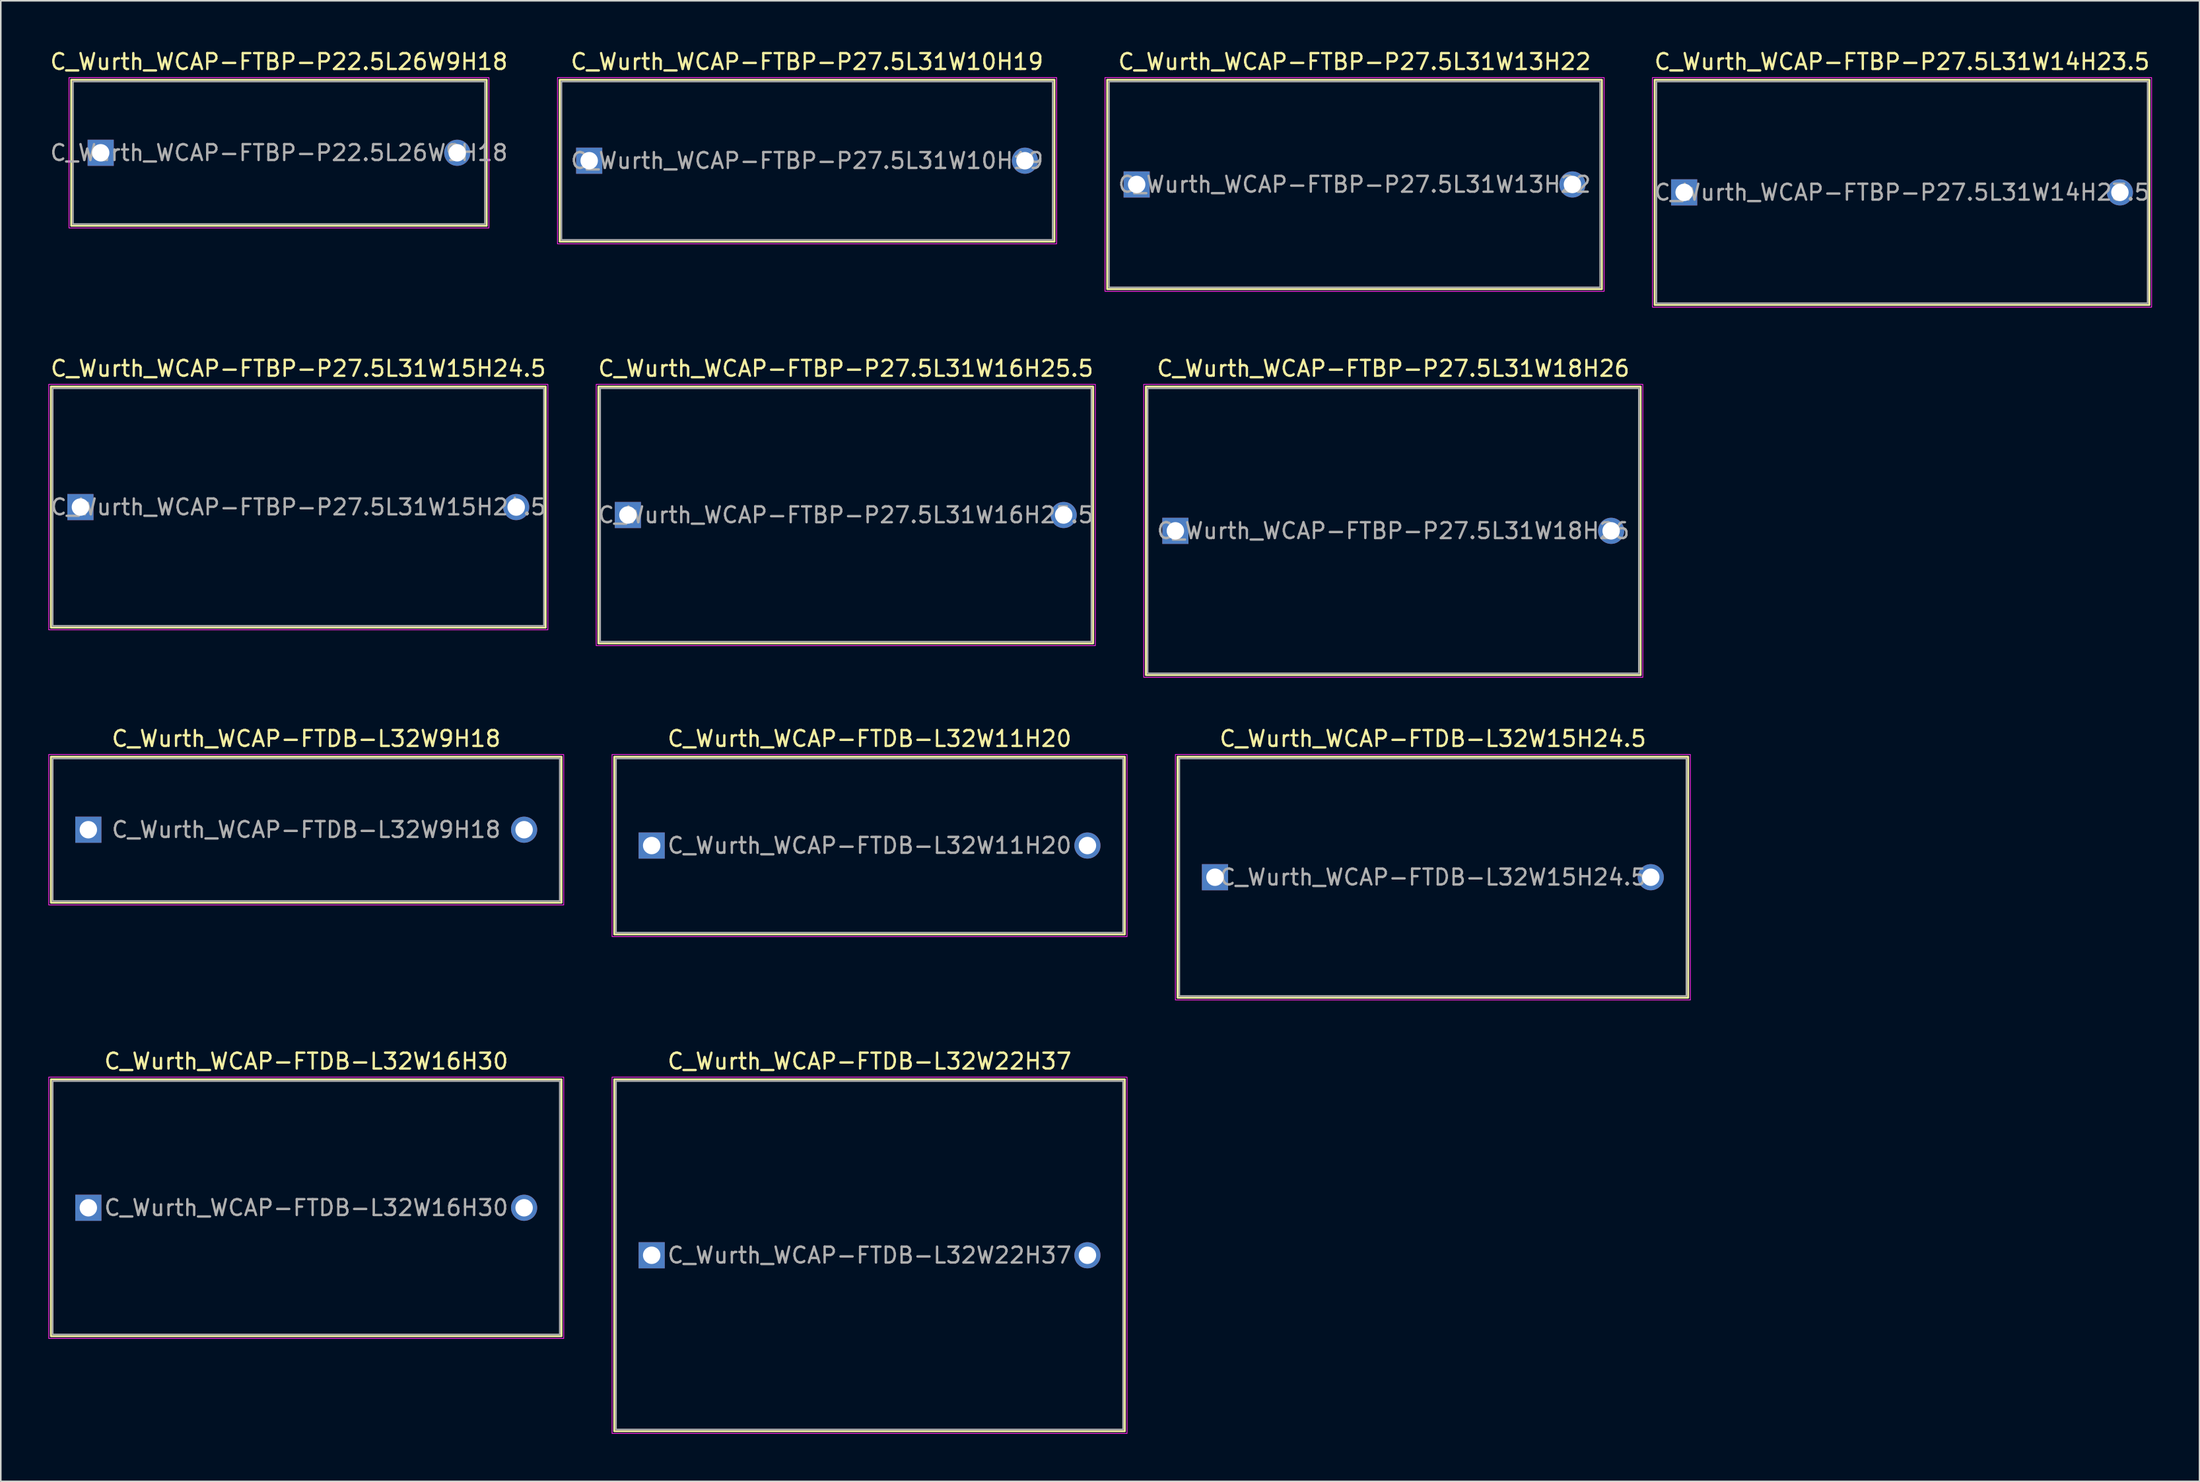
<source format=kicad_pcb>
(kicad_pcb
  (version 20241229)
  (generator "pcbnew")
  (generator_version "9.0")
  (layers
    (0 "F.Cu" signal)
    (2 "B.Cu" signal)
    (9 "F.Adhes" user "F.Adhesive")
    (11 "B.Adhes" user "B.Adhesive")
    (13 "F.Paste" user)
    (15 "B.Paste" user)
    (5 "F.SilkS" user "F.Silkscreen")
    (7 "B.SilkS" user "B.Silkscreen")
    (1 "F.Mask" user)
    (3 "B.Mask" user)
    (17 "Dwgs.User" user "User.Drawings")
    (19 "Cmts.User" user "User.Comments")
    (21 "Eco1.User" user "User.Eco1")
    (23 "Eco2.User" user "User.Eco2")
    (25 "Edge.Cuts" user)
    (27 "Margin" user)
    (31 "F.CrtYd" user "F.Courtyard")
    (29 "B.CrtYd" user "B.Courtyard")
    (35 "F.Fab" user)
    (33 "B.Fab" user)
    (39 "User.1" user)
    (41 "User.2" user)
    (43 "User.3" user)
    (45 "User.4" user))
  (footprint "C_Wurth_WCAP-FTDB-L32W15H24.5"
    (layer "F.Cu")
    (at 73.625 52.345)
    (property "Reference" "C_Wurth_WCAP-FTDB-L32W15H24.5" (at 13.75 -8.75 0) (unlocked yes) (layer "F.SilkS") (effects (font (size 1 1) (thickness 0.15))))
    (attr through_hole)
    (fp_rect (start -2.36 -7.61) (end 29.86 7.61) (stroke (width 0.12) (type solid)) (fill no) (layer "F.SilkS"))
    (fp_rect (start -2.5 -7.75) (end 30 7.75) (stroke (width 0.05) (type solid)) (fill no) (layer "F.CrtYd"))
    (fp_rect (start -2.25 -7.5) (end 29.75 7.5) (stroke (width 0.1) (type solid)) (fill no) (layer "F.Fab"))
    (fp_text user "${REFERENCE}" (at 13.75 0 0) (unlocked yes) (layer "F.Fab") (effects (font (size 1 1) (thickness 0.15))))
    (pad "1" thru_hole rect (at 0 0) (size 1.65 1.65) (drill 1.1) (layers "*.Cu" "*.Mask"))
    (pad "2" thru_hole circle (at 27.5 0) (size 1.65 1.65) (drill 1.1) (layers "*.Cu" "*.Mask")))
  (footprint "C_Wurth_WCAP-FTDB-L32W16H30"
    (layer "F.Cu")
    (at 2.525 73.218)
    (property "Reference" "C_Wurth_WCAP-FTDB-L32W16H30" (at 13.75 -9.25 0) (unlocked yes) (layer "F.SilkS") (effects (font (size 1 1) (thickness 0.15))))
    (attr through_hole)
    (fp_rect (start -2.36 -8.11) (end 29.86 8.11) (stroke (width 0.12) (type solid)) (fill no) (layer "F.SilkS"))
    (fp_rect (start -2.5 -8.25) (end 30 8.25) (stroke (width 0.05) (type solid)) (fill no) (layer "F.CrtYd"))
    (fp_rect (start -2.25 -8) (end 29.75 8) (stroke (width 0.1) (type solid)) (fill no) (layer "F.Fab"))
    (fp_text user "${REFERENCE}" (at 13.75 0 0) (unlocked yes) (layer "F.Fab") (effects (font (size 1 1) (thickness 0.15))))
    (pad "1" thru_hole rect (at 0 0) (size 1.65 1.65) (drill 1.1) (layers "*.Cu" "*.Mask"))
    (pad "2" thru_hole circle (at 27.5 0) (size 1.65 1.65) (drill 1.1) (layers "*.Cu" "*.Mask")))
  (footprint "C_Wurth_WCAP-FTDB-L32W22H37"
    (layer "F.Cu")
    (at 38.075 76.218)
    (property "Reference" "C_Wurth_WCAP-FTDB-L32W22H37" (at 13.75 -12.25 0) (unlocked yes) (layer "F.SilkS") (effects (font (size 1 1) (thickness 0.15))))
    (attr through_hole)
    (fp_rect (start -2.36 -11.11) (end 29.86 11.11) (stroke (width 0.12) (type solid)) (fill no) (layer "F.SilkS"))
    (fp_rect (start -2.5 -11.25) (end 30 11.25) (stroke (width 0.05) (type solid)) (fill no) (layer "F.CrtYd"))
    (fp_rect (start -2.25 -11) (end 29.75 11) (stroke (width 0.1) (type solid)) (fill no) (layer "F.Fab"))
    (fp_text user "${REFERENCE}" (at 13.75 0 0) (unlocked yes) (layer "F.Fab") (effects (font (size 1 1) (thickness 0.15))))
    (pad "1" thru_hole rect (at 0 0) (size 1.65 1.65) (drill 1.1) (layers "*.Cu" "*.Mask"))
    (pad "2" thru_hole circle (at 27.5 0) (size 1.65 1.65) (drill 1.1) (layers "*.Cu" "*.Mask")))
  (footprint "C_Wurth_WCAP-FTBP-P22.5L26W9H18"
    (layer "F.Cu")
    (at 3.304 6.598)
    (property "Reference" "C_Wurth_WCAP-FTBP-P22.5L26W9H18" (at 11.25 -5.75 0) (unlocked yes) (layer "F.SilkS") (effects (font (size 1 1) (thickness 0.15))))
    (attr through_hole)
    (fp_rect (start -1.86 -4.61) (end 24.36 4.61) (stroke (width 0.12) (type solid)) (fill no) (layer "F.SilkS"))
    (fp_rect (start -2 -4.75) (end 24.5 4.75) (stroke (width 0.05) (type solid)) (fill no) (layer "F.CrtYd"))
    (fp_rect (start -1.75 -4.5) (end 24.25 4.5) (stroke (width 0.1) (type solid)) (fill no) (layer "F.Fab"))
    (fp_text user "${REFERENCE}" (at 11.25 0 0) (unlocked yes) (layer "F.Fab") (effects (font (size 1 1) (thickness 0.15))))
    (pad "1" thru_hole rect (at 0 0) (size 1.65 1.65) (drill 1.1) (layers "*.Cu" "*.Mask"))
    (pad "2" thru_hole circle (at 22.5 0) (size 1.65 1.65) (drill 1.1) (layers "*.Cu" "*.Mask")))
  (footprint "C_Wurth_WCAP-FTBP-P27.5L31W14H23.5"
    (layer "F.Cu")
    (at 103.232 9.098)
    (property "Reference" "C_Wurth_WCAP-FTBP-P27.5L31W14H23.5" (at 13.75 -8.25 0) (unlocked yes) (layer "F.SilkS") (effects (font (size 1 1) (thickness 0.15))))
    (attr through_hole)
    (fp_rect (start -1.86 -7.11) (end 29.36 7.11) (stroke (width 0.12) (type solid)) (fill no) (layer "F.SilkS"))
    (fp_rect (start -2 -7.25) (end 29.5 7.25) (stroke (width 0.05) (type solid)) (fill no) (layer "F.CrtYd"))
    (fp_rect (start -1.75 -7) (end 29.25 7) (stroke (width 0.1) (type solid)) (fill no) (layer "F.Fab"))
    (fp_text user "${REFERENCE}" (at 13.75 0 0) (unlocked yes) (layer "F.Fab") (effects (font (size 1 1) (thickness 0.15))))
    (pad "1" thru_hole rect (at 0 0) (size 1.65 1.65) (drill 1.1) (layers "*.Cu" "*.Mask"))
    (pad "2" thru_hole circle (at 27.5 0) (size 1.65 1.65) (drill 1.1) (layers "*.Cu" "*.Mask")))
  (footprint "C_Wurth_WCAP-FTBP-P27.5L31W18H26"
    (layer "F.Cu")
    (at 71.125 30.471)
    (property "Reference" "C_Wurth_WCAP-FTBP-P27.5L31W18H26" (at 13.75 -10.25 0) (unlocked yes) (layer "F.SilkS") (effects (font (size 1 1) (thickness 0.15))))
    (attr through_hole)
    (fp_rect (start -1.86 -9.11) (end 29.36 9.11) (stroke (width 0.12) (type solid)) (fill no) (layer "F.SilkS"))
    (fp_rect (start -2 -9.25) (end 29.5 9.25) (stroke (width 0.05) (type solid)) (fill no) (layer "F.CrtYd"))
    (fp_rect (start -1.75 -9) (end 29.25 9) (stroke (width 0.1) (type solid)) (fill no) (layer "F.Fab"))
    (fp_text user "${REFERENCE}" (at 13.75 0 0) (unlocked yes) (layer "F.Fab") (effects (font (size 1 1) (thickness 0.15))))
    (pad "1" thru_hole rect (at 0 0) (size 1.65 1.65) (drill 1.1) (layers "*.Cu" "*.Mask"))
    (pad "2" thru_hole circle (at 27.5 0) (size 1.65 1.65) (drill 1.1) (layers "*.Cu" "*.Mask")))
  (footprint "C_Wurth_WCAP-FTBP-P27.5L31W10H19"
    (layer "F.Cu")
    (at 34.132 7.098)
    (property "Reference" "C_Wurth_WCAP-FTBP-P27.5L31W10H19" (at 13.75 -6.25 0) (unlocked yes) (layer "F.SilkS") (effects (font (size 1 1) (thickness 0.15))))
    (attr through_hole)
    (fp_rect (start -1.86 -5.11) (end 29.36 5.11) (stroke (width 0.12) (type solid)) (fill no) (layer "F.SilkS"))
    (fp_rect (start -2 -5.25) (end 29.5 5.25) (stroke (width 0.05) (type solid)) (fill no) (layer "F.CrtYd"))
    (fp_rect (start -1.75 -5) (end 29.25 5) (stroke (width 0.1) (type solid)) (fill no) (layer "F.Fab"))
    (fp_text user "${REFERENCE}" (at 13.75 0 0) (unlocked yes) (layer "F.Fab") (effects (font (size 1 1) (thickness 0.15))))
    (pad "1" thru_hole rect (at 0 0) (size 1.65 1.65) (drill 1.1) (layers "*.Cu" "*.Mask"))
    (pad "2" thru_hole circle (at 27.5 0) (size 1.65 1.65) (drill 1.1) (layers "*.Cu" "*.Mask")))
  (footprint "C_Wurth_WCAP-FTDB-L32W11H20"
    (layer "F.Cu")
    (at 38.075 50.345)
    (property "Reference" "C_Wurth_WCAP-FTDB-L32W11H20" (at 13.75 -6.75 0) (unlocked yes) (layer "F.SilkS") (effects (font (size 1 1) (thickness 0.15))))
    (attr through_hole)
    (fp_rect (start -2.36 -5.61) (end 29.86 5.61) (stroke (width 0.12) (type solid)) (fill no) (layer "F.SilkS"))
    (fp_rect (start -2.5 -5.75) (end 30 5.75) (stroke (width 0.05) (type solid)) (fill no) (layer "F.CrtYd"))
    (fp_rect (start -2.25 -5.5) (end 29.75 5.5) (stroke (width 0.1) (type solid)) (fill no) (layer "F.Fab"))
    (fp_text user "${REFERENCE}" (at 13.75 0 0) (unlocked yes) (layer "F.Fab") (effects (font (size 1 1) (thickness 0.15))))
    (pad "1" thru_hole rect (at 0 0) (size 1.65 1.65) (drill 1.1) (layers "*.Cu" "*.Mask"))
    (pad "2" thru_hole circle (at 27.5 0) (size 1.65 1.65) (drill 1.1) (layers "*.Cu" "*.Mask")))
  (footprint "C_Wurth_WCAP-FTDB-L32W9H18"
    (layer "F.Cu")
    (at 2.525 49.345)
    (property "Reference" "C_Wurth_WCAP-FTDB-L32W9H18" (at 13.75 -5.75 0) (unlocked yes) (layer "F.SilkS") (effects (font (size 1 1) (thickness 0.15))))
    (attr through_hole)
    (fp_rect (start -2.36 -4.61) (end 29.86 4.61) (stroke (width 0.12) (type solid)) (fill no) (layer "F.SilkS"))
    (fp_rect (start -2.5 -4.75) (end 30 4.75) (stroke (width 0.05) (type solid)) (fill no) (layer "F.CrtYd"))
    (fp_rect (start -2.25 -4.5) (end 29.75 4.5) (stroke (width 0.1) (type solid)) (fill no) (layer "F.Fab"))
    (fp_text user "${REFERENCE}" (at 13.75 0 0) (unlocked yes) (layer "F.Fab") (effects (font (size 1 1) (thickness 0.15))))
    (pad "1" thru_hole rect (at 0 0) (size 1.65 1.65) (drill 1.1) (layers "*.Cu" "*.Mask"))
    (pad "2" thru_hole circle (at 27.5 0) (size 1.65 1.65) (drill 1.1) (layers "*.Cu" "*.Mask")))
  (footprint "C_Wurth_WCAP-FTBP-P27.5L31W16H25.5"
    (layer "F.Cu")
    (at 36.575 29.471)
    (property "Reference" "C_Wurth_WCAP-FTBP-P27.5L31W16H25.5" (at 13.75 -9.25 0) (unlocked yes) (layer "F.SilkS") (effects (font (size 1 1) (thickness 0.15))))
    (attr through_hole)
    (fp_rect (start -1.86 -8.11) (end 29.36 8.11) (stroke (width 0.12) (type solid)) (fill no) (layer "F.SilkS"))
    (fp_rect (start -2 -8.25) (end 29.5 8.25) (stroke (width 0.05) (type solid)) (fill no) (layer "F.CrtYd"))
    (fp_rect (start -1.75 -8) (end 29.25 8) (stroke (width 0.1) (type solid)) (fill no) (layer "F.Fab"))
    (fp_text user "${REFERENCE}" (at 13.75 0 0) (unlocked yes) (layer "F.Fab") (effects (font (size 1 1) (thickness 0.15))))
    (pad "1" thru_hole rect (at 0 0) (size 1.65 1.65) (drill 1.1) (layers "*.Cu" "*.Mask"))
    (pad "2" thru_hole circle (at 27.5 0) (size 1.65 1.65) (drill 1.1) (layers "*.Cu" "*.Mask")))
  (footprint "C_Wurth_WCAP-FTBP-P27.5L31W15H24.5"
    (layer "F.Cu")
    (at 2.025 28.971)
    (property "Reference" "C_Wurth_WCAP-FTBP-P27.5L31W15H24.5" (at 13.75 -8.75 0) (unlocked yes) (layer "F.SilkS") (effects (font (size 1 1) (thickness 0.15))))
    (attr through_hole)
    (fp_rect (start -1.86 -7.61) (end 29.36 7.61) (stroke (width 0.12) (type solid)) (fill no) (layer "F.SilkS"))
    (fp_rect (start -2 -7.75) (end 29.5 7.75) (stroke (width 0.05) (type solid)) (fill no) (layer "F.CrtYd"))
    (fp_rect (start -1.75 -7.5) (end 29.25 7.5) (stroke (width 0.1) (type solid)) (fill no) (layer "F.Fab"))
    (fp_text user "${REFERENCE}" (at 13.75 0 0) (unlocked yes) (layer "F.Fab") (effects (font (size 1 1) (thickness 0.15))))
    (pad "1" thru_hole rect (at 0 0) (size 1.65 1.65) (drill 1.1) (layers "*.Cu" "*.Mask"))
    (pad "2" thru_hole circle (at 27.5 0) (size 1.65 1.65) (drill 1.1) (layers "*.Cu" "*.Mask")))
  (footprint "C_Wurth_WCAP-FTBP-P27.5L31W13H22"
    (layer "F.Cu")
    (at 68.682 8.598)
    (property "Reference" "C_Wurth_WCAP-FTBP-P27.5L31W13H22" (at 13.75 -7.75 0) (unlocked yes) (layer "F.SilkS") (effects (font (size 1 1) (thickness 0.15))))
    (attr through_hole)
    (fp_rect (start -1.86 -6.61) (end 29.36 6.61) (stroke (width 0.12) (type solid)) (fill no) (layer "F.SilkS"))
    (fp_rect (start -2 -6.75) (end 29.5 6.75) (stroke (width 0.05) (type solid)) (fill no) (layer "F.CrtYd"))
    (fp_rect (start -1.75 -6.5) (end 29.25 6.5) (stroke (width 0.1) (type solid)) (fill no) (layer "F.Fab"))
    (fp_text user "${REFERENCE}" (at 13.75 0 0) (unlocked yes) (layer "F.Fab") (effects (font (size 1 1) (thickness 0.15))))
    (pad "1" thru_hole rect (at 0 0) (size 1.65 1.65) (drill 1.1) (layers "*.Cu" "*.Mask"))
    (pad "2" thru_hole circle (at 27.5 0) (size 1.65 1.65) (drill 1.1) (layers "*.Cu" "*.Mask")))
  (gr_rect
    (start -3 -3)
    (end 135.757 90.493)
    (stroke (width 0.1) (type default))
    (fill no)
    (layer "Edge.Cuts")))
</source>
